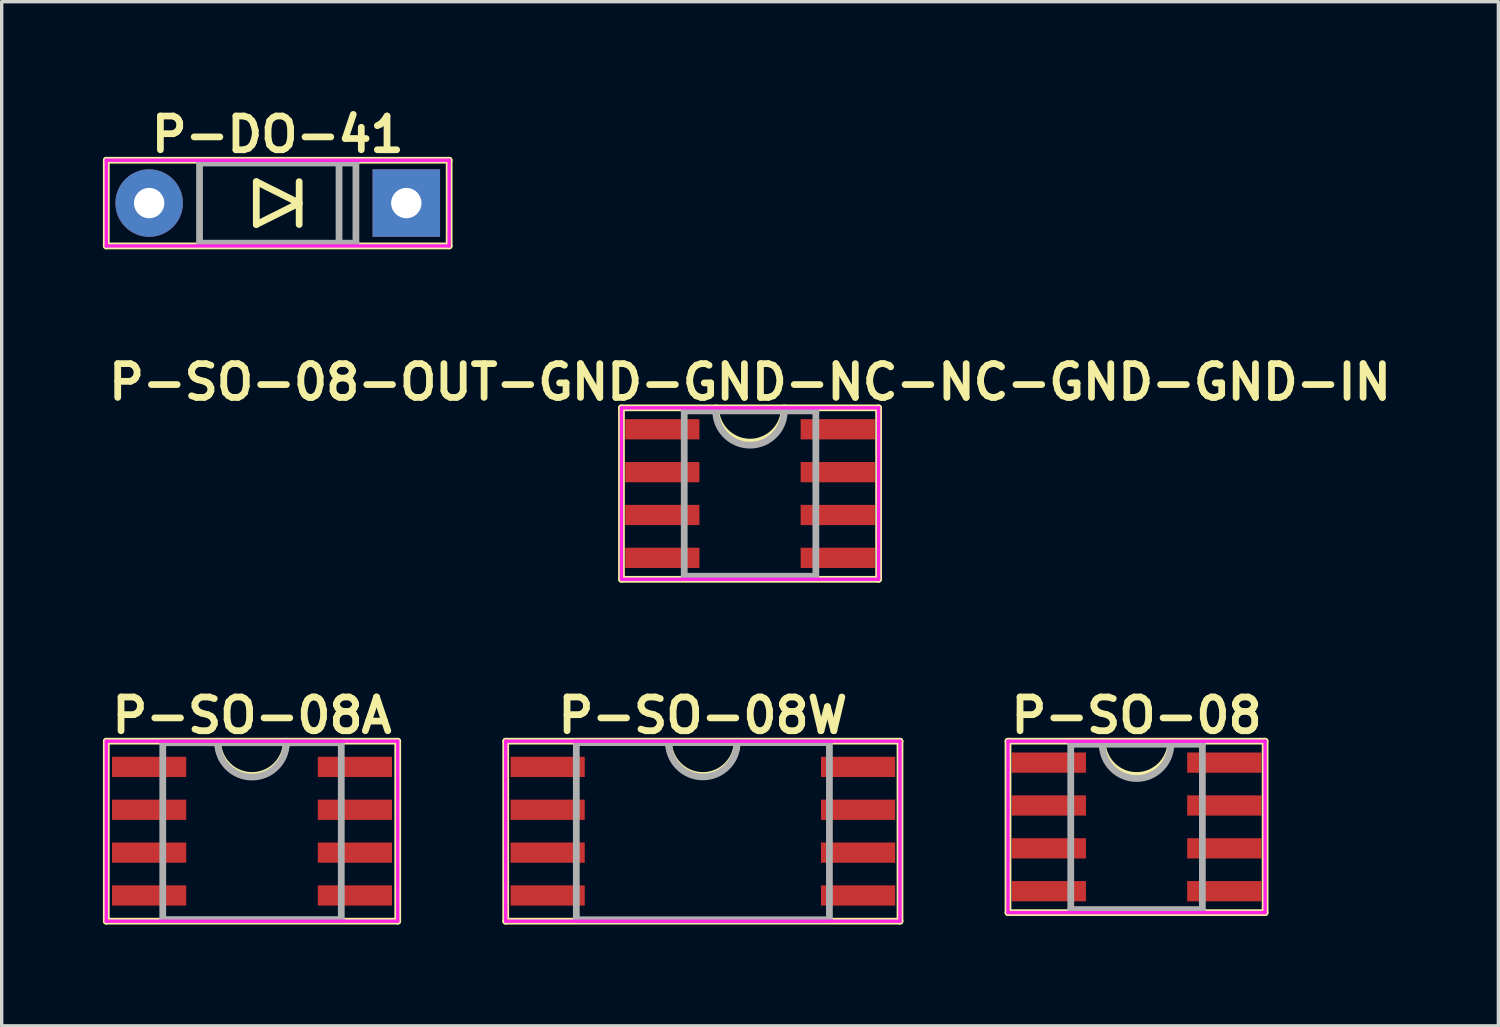
<source format=kicad_pcb>
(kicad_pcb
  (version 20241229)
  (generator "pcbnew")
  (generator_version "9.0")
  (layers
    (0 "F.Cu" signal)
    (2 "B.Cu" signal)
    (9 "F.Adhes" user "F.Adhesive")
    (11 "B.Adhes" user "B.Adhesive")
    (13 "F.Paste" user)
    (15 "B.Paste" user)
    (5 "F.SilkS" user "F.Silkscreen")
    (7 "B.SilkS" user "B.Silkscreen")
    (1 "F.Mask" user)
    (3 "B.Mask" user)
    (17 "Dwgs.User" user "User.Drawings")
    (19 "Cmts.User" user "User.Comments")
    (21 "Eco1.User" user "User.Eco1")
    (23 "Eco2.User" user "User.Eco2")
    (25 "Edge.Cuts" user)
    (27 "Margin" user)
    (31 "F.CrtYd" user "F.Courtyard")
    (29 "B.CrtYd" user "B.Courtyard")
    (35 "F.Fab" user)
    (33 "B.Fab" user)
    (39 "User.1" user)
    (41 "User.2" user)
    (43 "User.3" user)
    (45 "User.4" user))
  (footprint "P-SO-08-OUT-GND-GND-NC-NC-GND-GND-IN"
    (layer "F.Cu")
    (at 19.176 11.576)
    (property "Reference" "P-SO-08-OUT-GND-GND-NC-NC-GND-GND-IN" (at 0 -3.302 0) (layer "F.SilkS") (effects (font (size 1 1) (thickness 0.2))))
    (attr through_hole)
    (fp_line (start -3.81 -2.54) (end -3.81 2.54) (stroke (width 0.2) (type solid)) (layer "F.SilkS"))
    (fp_line (start -3.81 -2.54) (end 3.81 -2.54) (stroke (width 0.2) (type solid)) (layer "F.SilkS"))
    (fp_line (start 3.81 -2.54) (end 3.81 2.54) (stroke (width 0.2) (type solid)) (layer "F.SilkS"))
    (fp_line (start 3.81 2.54) (end -3.81 2.54) (stroke (width 0.2) (type solid)) (layer "F.SilkS"))
    (fp_arc (start 1.016 -2.54) (mid 0 -1.524) (end -1.016 -2.54) (stroke (width 0.2) (type solid)) (layer "F.SilkS"))
    (fp_line (start -3.81 -2.54) (end -3.81 2.54) (stroke (width 0.1) (type solid)) (layer "F.CrtYd"))
    (fp_line (start -3.81 -2.54) (end 3.81 -2.54) (stroke (width 0.1) (type solid)) (layer "F.CrtYd"))
    (fp_line (start -3.81 2.54) (end 3.81 2.54) (stroke (width 0.1) (type solid)) (layer "F.CrtYd"))
    (fp_line (start 3.81 -2.54) (end 3.81 2.54) (stroke (width 0.1) (type solid)) (layer "F.CrtYd"))
    (fp_line (start -1.95 -2.45) (end -1.95 2.45) (stroke (width 0.2) (type solid)) (layer "F.Fab"))
    (fp_line (start -1.95 -2.45) (end 1.95 -2.45) (stroke (width 0.2) (type solid)) (layer "F.Fab"))
    (fp_line (start -1.95 2.45) (end 1.95 2.45) (stroke (width 0.2) (type solid)) (layer "F.Fab"))
    (fp_line (start 1.95 -2.45) (end 1.95 2.45) (stroke (width 0.2) (type solid)) (layer "F.Fab"))
    (fp_arc (start 1.016 -2.45) (mid 0 -1.434) (end -1.016 -2.45) (stroke (width 0.2) (type solid)) (layer "F.Fab"))
    (pad "GND" smd rect (at -2.6 -0.635) (size 2.2 0.6) (layers "F.Cu" "F.Mask"))
    (pad "GND" smd rect (at -2.6 0.635) (size 2.2 0.6) (layers "F.Cu" "F.Mask"))
    (pad "GND" smd rect (at 2.6 -0.635) (size 2.2 0.6) (layers "F.Cu" "F.Mask"))
    (pad "GND" smd rect (at 2.6 0.635) (size 2.2 0.6) (layers "F.Cu" "F.Mask"))
    (pad "IN" smd rect (at 2.6 -1.905) (size 2.2 0.6) (layers "F.Cu" "F.Mask"))
    (pad "NC" smd rect (at -2.6 1.905) (size 2.2 0.6) (layers "F.Cu" "F.Mask"))
    (pad "NC" smd rect (at 2.6 1.905) (size 2.2 0.6) (layers "F.Cu" "F.Mask"))
    (pad "OUT" smd rect (at -2.6 -1.905) (size 2.2 0.6) (layers "F.Cu" "F.Mask")))
  (footprint "P-SO-08W"
    (layer "F.Cu")
    (at 17.778 21.581)
    (property "Reference" "P-SO-08W" (at 0 -3.429 0) (layer "F.SilkS") (effects (font (size 1 1) (thickness 0.2))))
    (attr through_hole)
    (fp_line (start -5.842 -2.667) (end -5.842 2.667) (stroke (width 0.2) (type solid)) (layer "F.SilkS"))
    (fp_line (start -5.842 -2.667) (end 5.842 -2.667) (stroke (width 0.2) (type solid)) (layer "F.SilkS"))
    (fp_line (start -5.842 2.667) (end 5.842 2.667) (stroke (width 0.2) (type solid)) (layer "F.SilkS"))
    (fp_line (start 5.842 -2.667) (end 5.842 2.667) (stroke (width 0.2) (type solid)) (layer "F.SilkS"))
    (fp_arc (start 1.016 -2.667) (mid 0 -1.651) (end -1.016 -2.667) (stroke (width 0.2) (type solid)) (layer "F.SilkS"))
    (fp_line (start -5.842 -2.667) (end -5.842 2.667) (stroke (width 0.1) (type solid)) (layer "F.CrtYd"))
    (fp_line (start -5.842 -2.667) (end 5.842 -2.667) (stroke (width 0.1) (type solid)) (layer "F.CrtYd"))
    (fp_line (start -5.842 2.667) (end 5.842 2.667) (stroke (width 0.1) (type solid)) (layer "F.CrtYd"))
    (fp_line (start 5.842 -2.667) (end 5.842 2.667) (stroke (width 0.1) (type solid)) (layer "F.CrtYd"))
    (fp_line (start -3.75 -2.625) (end -3.75 2.625) (stroke (width 0.2) (type solid)) (layer "F.Fab"))
    (fp_line (start -3.75 -2.625) (end 3.75 -2.625) (stroke (width 0.2) (type solid)) (layer "F.Fab"))
    (fp_line (start -3.75 2.625) (end 3.75 2.625) (stroke (width 0.2) (type solid)) (layer "F.Fab"))
    (fp_line (start 3.75 -2.625) (end 3.75 2.625) (stroke (width 0.2) (type solid)) (layer "F.Fab"))
    (fp_arc (start 1.016 -2.625) (mid 0 -1.609) (end -1.016 -2.625) (stroke (width 0.2) (type solid)) (layer "F.Fab"))
    (pad "1" smd rect (at -4.6 -1.905) (size 2.2 0.6) (layers "F.Cu" "F.Mask"))
    (pad "2" smd rect (at -4.6 -0.635) (size 2.2 0.6) (layers "F.Cu" "F.Mask"))
    (pad "3" smd rect (at -4.6 0.635) (size 2.2 0.6) (layers "F.Cu" "F.Mask"))
    (pad "4" smd rect (at -4.6 1.905) (size 2.2 0.6) (layers "F.Cu" "F.Mask"))
    (pad "5" smd rect (at 4.6 1.905) (size 2.2 0.6) (layers "F.Cu" "F.Mask"))
    (pad "6" smd rect (at 4.6 0.635) (size 2.2 0.6) (layers "F.Cu" "F.Mask"))
    (pad "7" smd rect (at 4.6 -0.635) (size 2.2 0.6) (layers "F.Cu" "F.Mask"))
    (pad "8" smd rect (at 4.6 -1.905) (size 2.2 0.6) (layers "F.Cu" "F.Mask")))
  (footprint "P-DO-41"
    (layer "F.Cu")
    (at 5.18 2.968)
    (property "Reference" "P-DO-41" (at 0 -2.032 0) (layer "F.SilkS") (effects (font (size 1 1) (thickness 0.2))))
    (attr through_hole)
    (fp_line (start -5.08 -1.27) (end -5.08 1.27) (stroke (width 0.2) (type solid)) (layer "F.SilkS"))
    (fp_line (start -5.08 -1.27) (end 5.08 -1.27) (stroke (width 0.2) (type solid)) (layer "F.SilkS"))
    (fp_line (start -5.08 1.27) (end 5.08 1.27) (stroke (width 0.2) (type solid)) (layer "F.SilkS"))
    (fp_line (start -0.635 -0.635) (end -0.635 0.635) (stroke (width 0.2) (type solid)) (layer "F.SilkS"))
    (fp_line (start -0.635 -0.635) (end 0.635 0) (stroke (width 0.2) (type solid)) (layer "F.SilkS"))
    (fp_line (start -0.635 0.635) (end 0.635 0) (stroke (width 0.2) (type solid)) (layer "F.SilkS"))
    (fp_line (start 0.635 -0.635) (end 0.635 0.635) (stroke (width 0.2) (type solid)) (layer "F.SilkS"))
    (fp_line (start 5.08 -1.27) (end 5.08 1.27) (stroke (width 0.2) (type solid)) (layer "F.SilkS"))
    (fp_line (start -5.08 -1.27) (end 5.08 -1.27) (stroke (width 0.1) (type solid)) (layer "F.CrtYd"))
    (fp_line (start -5.08 1.27) (end -5.08 -1.27) (stroke (width 0.1) (type solid)) (layer "F.CrtYd"))
    (fp_line (start 5.08 -1.27) (end 5.08 1.27) (stroke (width 0.1) (type solid)) (layer "F.CrtYd"))
    (fp_line (start 5.08 1.27) (end -5.08 1.27) (stroke (width 0.1) (type solid)) (layer "F.CrtYd"))
    (fp_line (start -2.317 -1.188) (end -2.317 1.188) (stroke (width 0.2) (type solid)) (layer "F.Fab"))
    (fp_line (start -2.317 -1.188) (end 2.317 -1.188) (stroke (width 0.2) (type solid)) (layer "F.Fab"))
    (fp_line (start -2.317 1.188) (end 2.317 1.188) (stroke (width 0.2) (type solid)) (layer "F.Fab"))
    (fp_line (start 1.817 -1.188) (end 1.817 1.188) (stroke (width 0.2) (type solid)) (layer "F.Fab"))
    (fp_line (start 2.317 -1.188) (end 2.317 1.188) (stroke (width 0.2) (type solid)) (layer "F.Fab"))
    (pad "A" thru_hole circle (at -3.81 0) (size 2 2) (drill 0.9) (layers "*.Cu" "*.Mask"))
    (pad "C" thru_hole rect (at 3.81 0) (size 2 2) (drill 0.9) (layers "*.Cu" "*.Mask")))
  (footprint "P-SO-08"
    (layer "F.Cu")
    (at 30.63 21.454)
    (property "Reference" "P-SO-08" (at 0 -3.302 0) (layer "F.SilkS") (effects (font (size 1 1) (thickness 0.2))))
    (attr through_hole)
    (fp_line (start -3.81 -2.54) (end -3.81 2.54) (stroke (width 0.2) (type solid)) (layer "F.SilkS"))
    (fp_line (start -3.81 -2.54) (end 3.81 -2.54) (stroke (width 0.2) (type solid)) (layer "F.SilkS"))
    (fp_line (start 3.81 -2.54) (end 3.81 2.54) (stroke (width 0.2) (type solid)) (layer "F.SilkS"))
    (fp_line (start 3.81 2.54) (end -3.81 2.54) (stroke (width 0.2) (type solid)) (layer "F.SilkS"))
    (fp_arc (start 1.016 -2.54) (mid 0 -1.524) (end -1.016 -2.54) (stroke (width 0.2) (type solid)) (layer "F.SilkS"))
    (fp_line (start -3.81 -2.54) (end -3.81 2.54) (stroke (width 0.1) (type solid)) (layer "F.CrtYd"))
    (fp_line (start -3.81 -2.54) (end 3.81 -2.54) (stroke (width 0.1) (type solid)) (layer "F.CrtYd"))
    (fp_line (start -3.81 2.54) (end 3.81 2.54) (stroke (width 0.1) (type solid)) (layer "F.CrtYd"))
    (fp_line (start 3.81 -2.54) (end 3.81 2.54) (stroke (width 0.1) (type solid)) (layer "F.CrtYd"))
    (fp_line (start -1.95 -2.45) (end -1.95 2.45) (stroke (width 0.2) (type solid)) (layer "F.Fab"))
    (fp_line (start -1.95 -2.45) (end 1.95 -2.45) (stroke (width 0.2) (type solid)) (layer "F.Fab"))
    (fp_line (start -1.95 2.45) (end 1.95 2.45) (stroke (width 0.2) (type solid)) (layer "F.Fab"))
    (fp_line (start 1.95 -2.45) (end 1.95 2.45) (stroke (width 0.2) (type solid)) (layer "F.Fab"))
    (fp_arc (start 1.016 -2.45) (mid 0 -1.434) (end -1.016 -2.45) (stroke (width 0.2) (type solid)) (layer "F.Fab"))
    (pad "1" smd rect (at -2.6 -1.905) (size 2.2 0.6) (layers "F.Cu" "F.Mask" "F.Paste"))
    (pad "2" smd rect (at -2.6 -0.635) (size 2.2 0.6) (layers "F.Cu" "F.Mask" "F.Paste"))
    (pad "3" smd rect (at -2.6 0.635) (size 2.2 0.6) (layers "F.Cu" "F.Mask" "F.Paste"))
    (pad "4" smd rect (at -2.6 1.905) (size 2.2 0.6) (layers "F.Cu" "F.Mask" "F.Paste"))
    (pad "5" smd rect (at 2.6 1.905) (size 2.2 0.6) (layers "F.Cu" "F.Mask" "F.Paste"))
    (pad "6" smd rect (at 2.6 0.635) (size 2.2 0.6) (layers "F.Cu" "F.Mask" "F.Paste"))
    (pad "7" smd rect (at 2.6 -0.635) (size 2.2 0.6) (layers "F.Cu" "F.Mask" "F.Paste"))
    (pad "8" smd rect (at 2.6 -1.905) (size 2.2 0.6) (layers "F.Cu" "F.Mask" "F.Paste")))
  (footprint "P-SO-08A"
    (layer "F.Cu")
    (at 4.418 21.581)
    (property "Reference" "P-SO-08A" (at 0 -3.429 0) (layer "F.SilkS") (effects (font (size 1 1) (thickness 0.2))))
    (attr through_hole)
    (fp_line (start -4.318 -2.667) (end -4.318 2.667) (stroke (width 0.2) (type solid)) (layer "F.SilkS"))
    (fp_line (start -4.318 -2.667) (end 4.318 -2.667) (stroke (width 0.2) (type solid)) (layer "F.SilkS"))
    (fp_line (start 4.318 -2.667) (end 4.318 2.667) (stroke (width 0.2) (type solid)) (layer "F.SilkS"))
    (fp_line (start 4.318 2.667) (end -4.318 2.667) (stroke (width 0.2) (type solid)) (layer "F.SilkS"))
    (fp_arc (start 1.016 -2.667) (mid 0 -1.651) (end -1.016 -2.667) (stroke (width 0.2) (type solid)) (layer "F.SilkS"))
    (fp_line (start -4.318 -2.667) (end -4.318 2.667) (stroke (width 0.1) (type solid)) (layer "F.CrtYd"))
    (fp_line (start -4.318 -2.667) (end 4.318 -2.667) (stroke (width 0.1) (type solid)) (layer "F.CrtYd"))
    (fp_line (start -4.318 2.667) (end 4.318 2.667) (stroke (width 0.1) (type solid)) (layer "F.CrtYd"))
    (fp_line (start 4.318 -2.667) (end 4.318 2.667) (stroke (width 0.1) (type solid)) (layer "F.CrtYd"))
    (fp_line (start -2.645 -2.62) (end -2.645 2.62) (stroke (width 0.2) (type solid)) (layer "F.Fab"))
    (fp_line (start -2.645 -2.62) (end 2.645 -2.62) (stroke (width 0.2) (type solid)) (layer "F.Fab"))
    (fp_line (start -2.645 2.62) (end 2.645 2.62) (stroke (width 0.2) (type solid)) (layer "F.Fab"))
    (fp_line (start 2.645 -2.62) (end 2.645 2.62) (stroke (width 0.2) (type solid)) (layer "F.Fab"))
    (fp_arc (start 1.016 -2.62) (mid 0 -1.604) (end -1.016 -2.62) (stroke (width 0.2) (type solid)) (layer "F.Fab"))
    (pad "1" smd rect (at -3.05 -1.905) (size 2.2 0.6) (layers "F.Cu" "F.Mask" "F.Paste"))
    (pad "2" smd rect (at -3.05 -0.635) (size 2.2 0.6) (layers "F.Cu" "F.Mask" "F.Paste"))
    (pad "3" smd rect (at -3.05 0.635) (size 2.2 0.6) (layers "F.Cu" "F.Mask" "F.Paste"))
    (pad "4" smd rect (at -3.05 1.905) (size 2.2 0.6) (layers "F.Cu" "F.Mask" "F.Paste"))
    (pad "5" smd rect (at 3.05 1.905) (size 2.2 0.6) (layers "F.Cu" "F.Mask" "F.Paste"))
    (pad "6" smd rect (at 3.05 0.635) (size 2.2 0.6) (layers "F.Cu" "F.Mask" "F.Paste"))
    (pad "7" smd rect (at 3.05 -0.635) (size 2.2 0.6) (layers "F.Cu" "F.Mask" "F.Paste"))
    (pad "8" smd rect (at 3.05 -1.905) (size 2.2 0.6) (layers "F.Cu" "F.Mask" "F.Paste")))
  (gr_rect
    (start -3 -3)
    (end 41.352 27.348)
    (stroke (width 0.1) (type default))
    (fill no)
    (layer "Edge.Cuts")))
</source>
